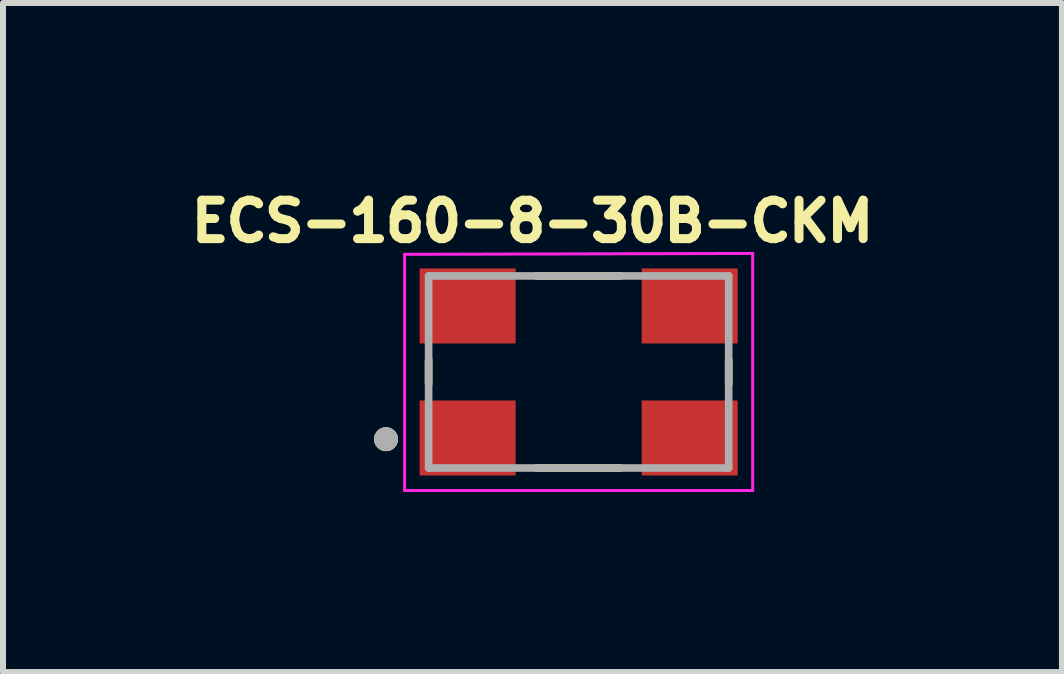
<source format=kicad_pcb>
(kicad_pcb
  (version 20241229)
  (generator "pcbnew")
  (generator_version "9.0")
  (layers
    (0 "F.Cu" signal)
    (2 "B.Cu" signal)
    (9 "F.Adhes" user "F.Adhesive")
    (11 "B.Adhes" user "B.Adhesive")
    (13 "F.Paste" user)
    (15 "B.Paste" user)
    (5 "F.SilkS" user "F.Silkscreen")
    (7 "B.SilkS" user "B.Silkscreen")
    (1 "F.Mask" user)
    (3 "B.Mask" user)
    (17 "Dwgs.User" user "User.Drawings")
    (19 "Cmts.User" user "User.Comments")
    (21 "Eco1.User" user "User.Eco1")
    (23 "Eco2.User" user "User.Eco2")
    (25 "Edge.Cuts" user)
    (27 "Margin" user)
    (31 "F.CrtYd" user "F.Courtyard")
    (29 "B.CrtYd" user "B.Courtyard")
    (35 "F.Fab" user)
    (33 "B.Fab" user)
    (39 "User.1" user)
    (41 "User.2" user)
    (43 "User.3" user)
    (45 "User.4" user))
  (footprint "ECS-160-8-30B-CKM"
    (layer "F.Cu")
    (at 6.592 3.148)
    (property "Reference" "ECS-160-8-30B-CKM" (at -0.769 -2.51 0) (layer "F.SilkS") (effects (font (size 0.641 0.641) (thickness 0.15))))
    (attr smd)
    (fp_line (start -2.5 0.2) (end -2.5 -0.2) (stroke (width 0.127) (type solid)) (layer "F.SilkS"))
    (fp_line (start -0.7 1.6) (end 0.7 1.6) (stroke (width 0.127) (type solid)) (layer "F.SilkS"))
    (fp_line (start 0.7 -1.6) (end -0.7 -1.6) (stroke (width 0.127) (type solid)) (layer "F.SilkS"))
    (fp_line (start 2.5 0.2) (end 2.5 -0.2) (stroke (width 0.127) (type solid)) (layer "F.SilkS"))
    (fp_circle (center -3.21 1.12) (end -3.11 1.12) (stroke (width 0.2) (type solid)) (fill no) (layer "F.SilkS"))
    (fp_line (start -2.9 -1.96) (end -2.9 1.975) (stroke (width 0.05) (type solid)) (layer "F.CrtYd"))
    (fp_line (start -2.9 1.975) (end 2.9 1.975) (stroke (width 0.05) (type solid)) (layer "F.CrtYd"))
    (fp_line (start 2.9 -1.975) (end -2.9 -1.96) (stroke (width 0.05) (type solid)) (layer "F.CrtYd"))
    (fp_line (start 2.9 1.975) (end 2.9 -1.975) (stroke (width 0.05) (type solid)) (layer "F.CrtYd"))
    (fp_line (start -2.5 -1.6) (end -2.5 1.6) (stroke (width 0.127) (type solid)) (layer "F.Fab"))
    (fp_line (start -2.5 1.6) (end 2.5 1.6) (stroke (width 0.127) (type solid)) (layer "F.Fab"))
    (fp_line (start 2.5 -1.6) (end -2.5 -1.6) (stroke (width 0.127) (type solid)) (layer "F.Fab"))
    (fp_line (start 2.5 1.6) (end 2.5 -1.6) (stroke (width 0.127) (type solid)) (layer "F.Fab"))
    (fp_circle (center -3.21 1.12) (end -3.11 1.12) (stroke (width 0.2) (type solid)) (fill no) (layer "F.Fab"))
    (pad "1" smd rect (at -1.85 1.1 180) (size 1.6 1.25) (layers "F.Cu" "F.Mask" "F.Paste"))
    (pad "2" smd rect (at 1.85 1.1 180) (size 1.6 1.25) (layers "F.Cu" "F.Mask" "F.Paste"))
    (pad "3" smd rect (at 1.85 -1.1 180) (size 1.6 1.25) (layers "F.Cu" "F.Mask" "F.Paste"))
    (pad "4" smd rect (at -1.85 -1.1 180) (size 1.6 1.25) (layers "F.Cu" "F.Mask" "F.Paste")))
  (gr_rect
    (start -3 -3)
    (end 14.645 8.148)
    (stroke (width 0.1) (type default))
    (fill no)
    (layer "Edge.Cuts")))
</source>
